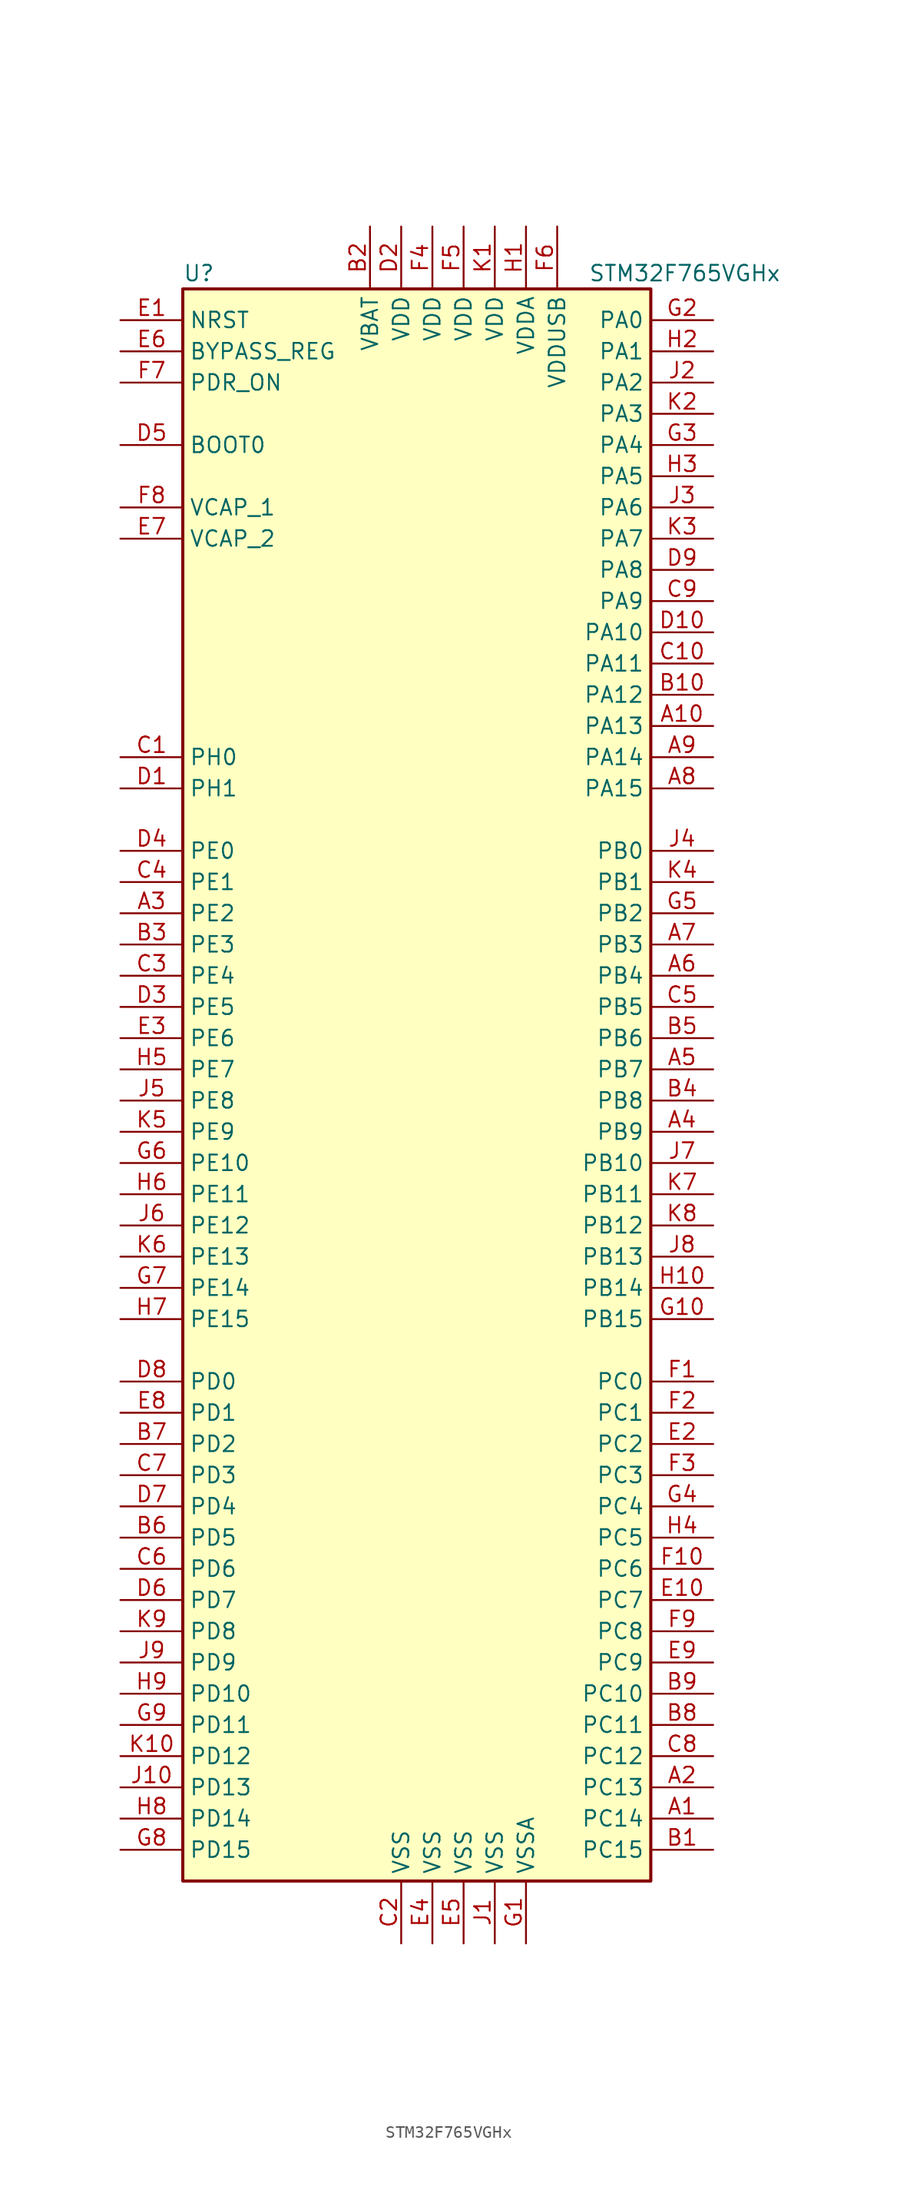
<source format=kicad_sym>
(kicad_symbol_lib
  (version 20201005)
  (generator kicad_symbol_editor)
  (symbol "STM32F765VGHx"
    (property "Reference" "U"
      (at -20.32 64.77 0)
      (effects (font (size 1.27 1.27)) (justify left)))
    (property "Value" "STM32F765VGHx"
      (at 12.7 64.77 0)
      (effects (font (size 1.27 1.27)) (justify left)))
    (symbol "STM32F765VGHx_0_1"
      (rectangle (start -20.32 -66.04) (end 17.78 63.5) (stroke (width 0.254)) (fill (type background))))
    (symbol "STM32F765VGHx_1_1"
      (pin bidirectional line (at 22.86 -60.96 180) (length 5.08) (name "PC14" (effects (font (size 1.27 1.27)))) (number "A1" (effects (font (size 1.27 1.27)))))
      (pin bidirectional line (at 22.86 27.94 180) (length 5.08) (name "PA13" (effects (font (size 1.27 1.27)))) (number "A10" (effects (font (size 1.27 1.27)))))
      (pin bidirectional line (at 22.86 -58.42 180) (length 5.08) (name "PC13" (effects (font (size 1.27 1.27)))) (number "A2" (effects (font (size 1.27 1.27)))))
      (pin bidirectional line (at -25.4 12.7 0) (length 5.08) (name "PE2" (effects (font (size 1.27 1.27)))) (number "A3" (effects (font (size 1.27 1.27)))))
      (pin bidirectional line (at 22.86 -5.08 180) (length 5.08) (name "PB9" (effects (font (size 1.27 1.27)))) (number "A4" (effects (font (size 1.27 1.27)))))
      (pin bidirectional line (at 22.86 0 180) (length 5.08) (name "PB7" (effects (font (size 1.27 1.27)))) (number "A5" (effects (font (size 1.27 1.27)))))
      (pin bidirectional line (at 22.86 7.62 180) (length 5.08) (name "PB4" (effects (font (size 1.27 1.27)))) (number "A6" (effects (font (size 1.27 1.27)))))
      (pin bidirectional line (at 22.86 10.16 180) (length 5.08) (name "PB3" (effects (font (size 1.27 1.27)))) (number "A7" (effects (font (size 1.27 1.27)))))
      (pin bidirectional line (at 22.86 22.86 180) (length 5.08) (name "PA15" (effects (font (size 1.27 1.27)))) (number "A8" (effects (font (size 1.27 1.27)))))
      (pin bidirectional line (at 22.86 25.4 180) (length 5.08) (name "PA14" (effects (font (size 1.27 1.27)))) (number "A9" (effects (font (size 1.27 1.27)))))
      (pin bidirectional line (at 22.86 -63.5 180) (length 5.08) (name "PC15" (effects (font (size 1.27 1.27)))) (number "B1" (effects (font (size 1.27 1.27)))))
      (pin bidirectional line (at 22.86 30.48 180) (length 5.08) (name "PA12" (effects (font (size 1.27 1.27)))) (number "B10" (effects (font (size 1.27 1.27)))))
      (pin power_in line (at -5.08 68.58 270) (length 5.08) (name "VBAT" (effects (font (size 1.27 1.27)))) (number "B2" (effects (font (size 1.27 1.27)))))
      (pin bidirectional line (at -25.4 10.16 0) (length 5.08) (name "PE3" (effects (font (size 1.27 1.27)))) (number "B3" (effects (font (size 1.27 1.27)))))
      (pin bidirectional line (at 22.86 -2.54 180) (length 5.08) (name "PB8" (effects (font (size 1.27 1.27)))) (number "B4" (effects (font (size 1.27 1.27)))))
      (pin bidirectional line (at 22.86 2.54 180) (length 5.08) (name "PB6" (effects (font (size 1.27 1.27)))) (number "B5" (effects (font (size 1.27 1.27)))))
      (pin bidirectional line (at -25.4 -38.1 0) (length 5.08) (name "PD5" (effects (font (size 1.27 1.27)))) (number "B6" (effects (font (size 1.27 1.27)))))
      (pin bidirectional line (at -25.4 -30.48 0) (length 5.08) (name "PD2" (effects (font (size 1.27 1.27)))) (number "B7" (effects (font (size 1.27 1.27)))))
      (pin bidirectional line (at 22.86 -53.34 180) (length 5.08) (name "PC11" (effects (font (size 1.27 1.27)))) (number "B8" (effects (font (size 1.27 1.27)))))
      (pin bidirectional line (at 22.86 -50.8 180) (length 5.08) (name "PC10" (effects (font (size 1.27 1.27)))) (number "B9" (effects (font (size 1.27 1.27)))))
      (pin input line (at -25.4 25.4 0) (length 5.08) (name "PH0" (effects (font (size 1.27 1.27)))) (number "C1" (effects (font (size 1.27 1.27)))))
      (pin bidirectional line (at 22.86 33.02 180) (length 5.08) (name "PA11" (effects (font (size 1.27 1.27)))) (number "C10" (effects (font (size 1.27 1.27)))))
      (pin power_in line (at -2.54 -71.12 90) (length 5.08) (name "VSS" (effects (font (size 1.27 1.27)))) (number "C2" (effects (font (size 1.27 1.27)))))
      (pin bidirectional line (at -25.4 7.62 0) (length 5.08) (name "PE4" (effects (font (size 1.27 1.27)))) (number "C3" (effects (font (size 1.27 1.27)))))
      (pin bidirectional line (at -25.4 15.24 0) (length 5.08) (name "PE1" (effects (font (size 1.27 1.27)))) (number "C4" (effects (font (size 1.27 1.27)))))
      (pin bidirectional line (at 22.86 5.08 180) (length 5.08) (name "PB5" (effects (font (size 1.27 1.27)))) (number "C5" (effects (font (size 1.27 1.27)))))
      (pin bidirectional line (at -25.4 -40.64 0) (length 5.08) (name "PD6" (effects (font (size 1.27 1.27)))) (number "C6" (effects (font (size 1.27 1.27)))))
      (pin bidirectional line (at -25.4 -33.02 0) (length 5.08) (name "PD3" (effects (font (size 1.27 1.27)))) (number "C7" (effects (font (size 1.27 1.27)))))
      (pin bidirectional line (at 22.86 -55.88 180) (length 5.08) (name "PC12" (effects (font (size 1.27 1.27)))) (number "C8" (effects (font (size 1.27 1.27)))))
      (pin bidirectional line (at 22.86 38.1 180) (length 5.08) (name "PA9" (effects (font (size 1.27 1.27)))) (number "C9" (effects (font (size 1.27 1.27)))))
      (pin input line (at -25.4 22.86 0) (length 5.08) (name "PH1" (effects (font (size 1.27 1.27)))) (number "D1" (effects (font (size 1.27 1.27)))))
      (pin bidirectional line (at 22.86 35.56 180) (length 5.08) (name "PA10" (effects (font (size 1.27 1.27)))) (number "D10" (effects (font (size 1.27 1.27)))))
      (pin power_in line (at -2.54 68.58 270) (length 5.08) (name "VDD" (effects (font (size 1.27 1.27)))) (number "D2" (effects (font (size 1.27 1.27)))))
      (pin bidirectional line (at -25.4 5.08 0) (length 5.08) (name "PE5" (effects (font (size 1.27 1.27)))) (number "D3" (effects (font (size 1.27 1.27)))))
      (pin bidirectional line (at -25.4 17.78 0) (length 5.08) (name "PE0" (effects (font (size 1.27 1.27)))) (number "D4" (effects (font (size 1.27 1.27)))))
      (pin input line (at -25.4 50.8 0) (length 5.08) (name "BOOT0" (effects (font (size 1.27 1.27)))) (number "D5" (effects (font (size 1.27 1.27)))))
      (pin bidirectional line (at -25.4 -43.18 0) (length 5.08) (name "PD7" (effects (font (size 1.27 1.27)))) (number "D6" (effects (font (size 1.27 1.27)))))
      (pin bidirectional line (at -25.4 -35.56 0) (length 5.08) (name "PD4" (effects (font (size 1.27 1.27)))) (number "D7" (effects (font (size 1.27 1.27)))))
      (pin bidirectional line (at -25.4 -25.4 0) (length 5.08) (name "PD0" (effects (font (size 1.27 1.27)))) (number "D8" (effects (font (size 1.27 1.27)))))
      (pin bidirectional line (at 22.86 40.64 180) (length 5.08) (name "PA8" (effects (font (size 1.27 1.27)))) (number "D9" (effects (font (size 1.27 1.27)))))
      (pin input line (at -25.4 60.96 0) (length 5.08) (name "NRST" (effects (font (size 1.27 1.27)))) (number "E1" (effects (font (size 1.27 1.27)))))
      (pin bidirectional line (at 22.86 -43.18 180) (length 5.08) (name "PC7" (effects (font (size 1.27 1.27)))) (number "E10" (effects (font (size 1.27 1.27)))))
      (pin bidirectional line (at 22.86 -30.48 180) (length 5.08) (name "PC2" (effects (font (size 1.27 1.27)))) (number "E2" (effects (font (size 1.27 1.27)))))
      (pin bidirectional line (at -25.4 2.54 0) (length 5.08) (name "PE6" (effects (font (size 1.27 1.27)))) (number "E3" (effects (font (size 1.27 1.27)))))
      (pin power_in line (at 0 -71.12 90) (length 5.08) (name "VSS" (effects (font (size 1.27 1.27)))) (number "E4" (effects (font (size 1.27 1.27)))))
      (pin power_in line (at 2.54 -71.12 90) (length 5.08) (name "VSS" (effects (font (size 1.27 1.27)))) (number "E5" (effects (font (size 1.27 1.27)))))
      (pin input line (at -25.4 58.42 0) (length 5.08) (name "BYPASS_REG" (effects (font (size 1.27 1.27)))) (number "E6" (effects (font (size 1.27 1.27)))))
      (pin power_in line (at -25.4 43.18 0) (length 5.08) (name "VCAP_2" (effects (font (size 1.27 1.27)))) (number "E7" (effects (font (size 1.27 1.27)))))
      (pin bidirectional line (at -25.4 -27.94 0) (length 5.08) (name "PD1" (effects (font (size 1.27 1.27)))) (number "E8" (effects (font (size 1.27 1.27)))))
      (pin bidirectional line (at 22.86 -48.26 180) (length 5.08) (name "PC9" (effects (font (size 1.27 1.27)))) (number "E9" (effects (font (size 1.27 1.27)))))
      (pin bidirectional line (at 22.86 -25.4 180) (length 5.08) (name "PC0" (effects (font (size 1.27 1.27)))) (number "F1" (effects (font (size 1.27 1.27)))))
      (pin bidirectional line (at 22.86 -40.64 180) (length 5.08) (name "PC6" (effects (font (size 1.27 1.27)))) (number "F10" (effects (font (size 1.27 1.27)))))
      (pin bidirectional line (at 22.86 -27.94 180) (length 5.08) (name "PC1" (effects (font (size 1.27 1.27)))) (number "F2" (effects (font (size 1.27 1.27)))))
      (pin bidirectional line (at 22.86 -33.02 180) (length 5.08) (name "PC3" (effects (font (size 1.27 1.27)))) (number "F3" (effects (font (size 1.27 1.27)))))
      (pin power_in line (at 0 68.58 270) (length 5.08) (name "VDD" (effects (font (size 1.27 1.27)))) (number "F4" (effects (font (size 1.27 1.27)))))
      (pin power_in line (at 2.54 68.58 270) (length 5.08) (name "VDD" (effects (font (size 1.27 1.27)))) (number "F5" (effects (font (size 1.27 1.27)))))
      (pin power_in line (at 10.16 68.58 270) (length 5.08) (name "VDDUSB" (effects (font (size 1.27 1.27)))) (number "F6" (effects (font (size 1.27 1.27)))))
      (pin input line (at -25.4 55.88 0) (length 5.08) (name "PDR_ON" (effects (font (size 1.27 1.27)))) (number "F7" (effects (font (size 1.27 1.27)))))
      (pin power_in line (at -25.4 45.72 0) (length 5.08) (name "VCAP_1" (effects (font (size 1.27 1.27)))) (number "F8" (effects (font (size 1.27 1.27)))))
      (pin bidirectional line (at 22.86 -45.72 180) (length 5.08) (name "PC8" (effects (font (size 1.27 1.27)))) (number "F9" (effects (font (size 1.27 1.27)))))
      (pin power_in line (at 7.62 -71.12 90) (length 5.08) (name "VSSA" (effects (font (size 1.27 1.27)))) (number "G1" (effects (font (size 1.27 1.27)))))
      (pin bidirectional line (at 22.86 -20.32 180) (length 5.08) (name "PB15" (effects (font (size 1.27 1.27)))) (number "G10" (effects (font (size 1.27 1.27)))))
      (pin bidirectional line (at 22.86 60.96 180) (length 5.08) (name "PA0" (effects (font (size 1.27 1.27)))) (number "G2" (effects (font (size 1.27 1.27)))))
      (pin bidirectional line (at 22.86 50.8 180) (length 5.08) (name "PA4" (effects (font (size 1.27 1.27)))) (number "G3" (effects (font (size 1.27 1.27)))))
      (pin bidirectional line (at 22.86 -35.56 180) (length 5.08) (name "PC4" (effects (font (size 1.27 1.27)))) (number "G4" (effects (font (size 1.27 1.27)))))
      (pin bidirectional line (at 22.86 12.7 180) (length 5.08) (name "PB2" (effects (font (size 1.27 1.27)))) (number "G5" (effects (font (size 1.27 1.27)))))
      (pin bidirectional line (at -25.4 -7.62 0) (length 5.08) (name "PE10" (effects (font (size 1.27 1.27)))) (number "G6" (effects (font (size 1.27 1.27)))))
      (pin bidirectional line (at -25.4 -17.78 0) (length 5.08) (name "PE14" (effects (font (size 1.27 1.27)))) (number "G7" (effects (font (size 1.27 1.27)))))
      (pin bidirectional line (at -25.4 -63.5 0) (length 5.08) (name "PD15" (effects (font (size 1.27 1.27)))) (number "G8" (effects (font (size 1.27 1.27)))))
      (pin bidirectional line (at -25.4 -53.34 0) (length 5.08) (name "PD11" (effects (font (size 1.27 1.27)))) (number "G9" (effects (font (size 1.27 1.27)))))
      (pin power_in line (at 7.62 68.58 270) (length 5.08) (name "VDDA" (effects (font (size 1.27 1.27)))) (number "H1" (effects (font (size 1.27 1.27)))))
      (pin bidirectional line (at 22.86 -17.78 180) (length 5.08) (name "PB14" (effects (font (size 1.27 1.27)))) (number "H10" (effects (font (size 1.27 1.27)))))
      (pin bidirectional line (at 22.86 58.42 180) (length 5.08) (name "PA1" (effects (font (size 1.27 1.27)))) (number "H2" (effects (font (size 1.27 1.27)))))
      (pin bidirectional line (at 22.86 48.26 180) (length 5.08) (name "PA5" (effects (font (size 1.27 1.27)))) (number "H3" (effects (font (size 1.27 1.27)))))
      (pin bidirectional line (at 22.86 -38.1 180) (length 5.08) (name "PC5" (effects (font (size 1.27 1.27)))) (number "H4" (effects (font (size 1.27 1.27)))))
      (pin bidirectional line (at -25.4 0 0) (length 5.08) (name "PE7" (effects (font (size 1.27 1.27)))) (number "H5" (effects (font (size 1.27 1.27)))))
      (pin bidirectional line (at -25.4 -10.16 0) (length 5.08) (name "PE11" (effects (font (size 1.27 1.27)))) (number "H6" (effects (font (size 1.27 1.27)))))
      (pin bidirectional line (at -25.4 -20.32 0) (length 5.08) (name "PE15" (effects (font (size 1.27 1.27)))) (number "H7" (effects (font (size 1.27 1.27)))))
      (pin bidirectional line (at -25.4 -60.96 0) (length 5.08) (name "PD14" (effects (font (size 1.27 1.27)))) (number "H8" (effects (font (size 1.27 1.27)))))
      (pin bidirectional line (at -25.4 -50.8 0) (length 5.08) (name "PD10" (effects (font (size 1.27 1.27)))) (number "H9" (effects (font (size 1.27 1.27)))))
      (pin power_in line (at 5.08 -71.12 90) (length 5.08) (name "VSS" (effects (font (size 1.27 1.27)))) (number "J1" (effects (font (size 1.27 1.27)))))
      (pin bidirectional line (at -25.4 -58.42 0) (length 5.08) (name "PD13" (effects (font (size 1.27 1.27)))) (number "J10" (effects (font (size 1.27 1.27)))))
      (pin bidirectional line (at 22.86 55.88 180) (length 5.08) (name "PA2" (effects (font (size 1.27 1.27)))) (number "J2" (effects (font (size 1.27 1.27)))))
      (pin bidirectional line (at 22.86 45.72 180) (length 5.08) (name "PA6" (effects (font (size 1.27 1.27)))) (number "J3" (effects (font (size 1.27 1.27)))))
      (pin bidirectional line (at 22.86 17.78 180) (length 5.08) (name "PB0" (effects (font (size 1.27 1.27)))) (number "J4" (effects (font (size 1.27 1.27)))))
      (pin bidirectional line (at -25.4 -2.54 0) (length 5.08) (name "PE8" (effects (font (size 1.27 1.27)))) (number "J5" (effects (font (size 1.27 1.27)))))
      (pin bidirectional line (at -25.4 -12.7 0) (length 5.08) (name "PE12" (effects (font (size 1.27 1.27)))) (number "J6" (effects (font (size 1.27 1.27)))))
      (pin bidirectional line (at 22.86 -7.62 180) (length 5.08) (name "PB10" (effects (font (size 1.27 1.27)))) (number "J7" (effects (font (size 1.27 1.27)))))
      (pin bidirectional line (at 22.86 -15.24 180) (length 5.08) (name "PB13" (effects (font (size 1.27 1.27)))) (number "J8" (effects (font (size 1.27 1.27)))))
      (pin bidirectional line (at -25.4 -48.26 0) (length 5.08) (name "PD9" (effects (font (size 1.27 1.27)))) (number "J9" (effects (font (size 1.27 1.27)))))
      (pin power_in line (at 5.08 68.58 270) (length 5.08) (name "VDD" (effects (font (size 1.27 1.27)))) (number "K1" (effects (font (size 1.27 1.27)))))
      (pin bidirectional line (at -25.4 -55.88 0) (length 5.08) (name "PD12" (effects (font (size 1.27 1.27)))) (number "K10" (effects (font (size 1.27 1.27)))))
      (pin bidirectional line (at 22.86 53.34 180) (length 5.08) (name "PA3" (effects (font (size 1.27 1.27)))) (number "K2" (effects (font (size 1.27 1.27)))))
      (pin bidirectional line (at 22.86 43.18 180) (length 5.08) (name "PA7" (effects (font (size 1.27 1.27)))) (number "K3" (effects (font (size 1.27 1.27)))))
      (pin bidirectional line (at 22.86 15.24 180) (length 5.08) (name "PB1" (effects (font (size 1.27 1.27)))) (number "K4" (effects (font (size 1.27 1.27)))))
      (pin bidirectional line (at -25.4 -5.08 0) (length 5.08) (name "PE9" (effects (font (size 1.27 1.27)))) (number "K5" (effects (font (size 1.27 1.27)))))
      (pin bidirectional line (at -25.4 -15.24 0) (length 5.08) (name "PE13" (effects (font (size 1.27 1.27)))) (number "K6" (effects (font (size 1.27 1.27)))))
      (pin bidirectional line (at 22.86 -10.16 180) (length 5.08) (name "PB11" (effects (font (size 1.27 1.27)))) (number "K7" (effects (font (size 1.27 1.27)))))
      (pin bidirectional line (at 22.86 -12.7 180) (length 5.08) (name "PB12" (effects (font (size 1.27 1.27)))) (number "K8" (effects (font (size 1.27 1.27)))))
      (pin bidirectional line (at -25.4 -45.72 0) (length 5.08) (name "PD8" (effects (font (size 1.27 1.27)))) (number "K9" (effects (font (size 1.27 1.27))))))))
</source>
